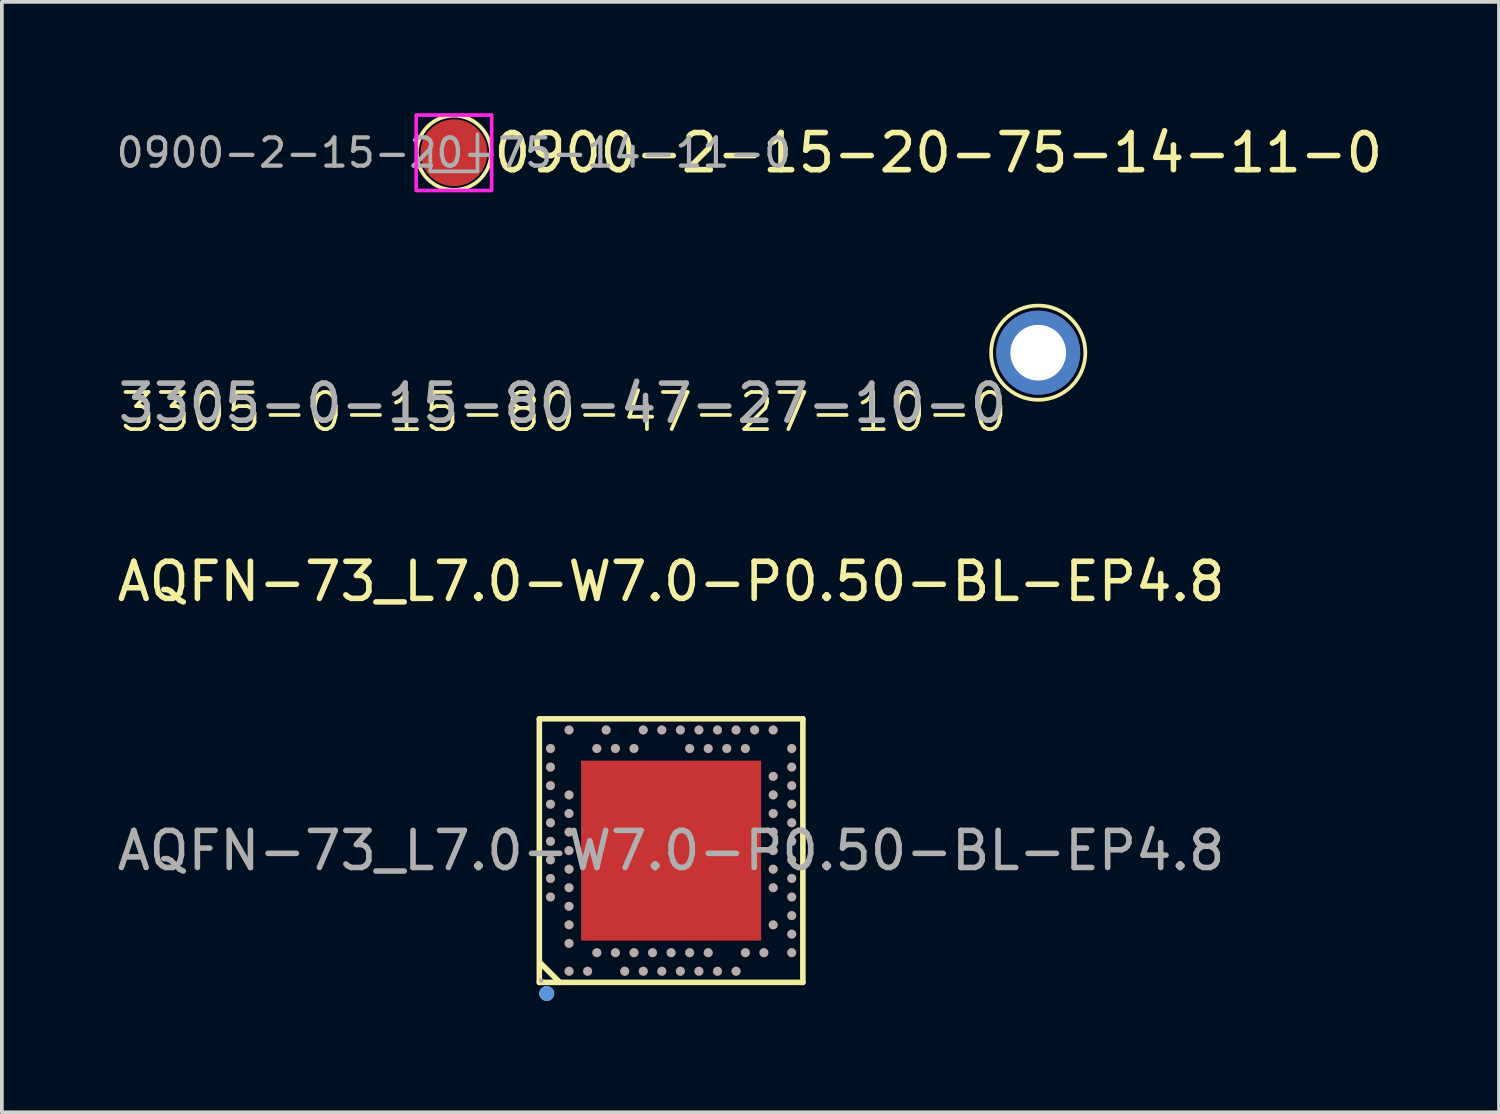
<source format=kicad_pcb>
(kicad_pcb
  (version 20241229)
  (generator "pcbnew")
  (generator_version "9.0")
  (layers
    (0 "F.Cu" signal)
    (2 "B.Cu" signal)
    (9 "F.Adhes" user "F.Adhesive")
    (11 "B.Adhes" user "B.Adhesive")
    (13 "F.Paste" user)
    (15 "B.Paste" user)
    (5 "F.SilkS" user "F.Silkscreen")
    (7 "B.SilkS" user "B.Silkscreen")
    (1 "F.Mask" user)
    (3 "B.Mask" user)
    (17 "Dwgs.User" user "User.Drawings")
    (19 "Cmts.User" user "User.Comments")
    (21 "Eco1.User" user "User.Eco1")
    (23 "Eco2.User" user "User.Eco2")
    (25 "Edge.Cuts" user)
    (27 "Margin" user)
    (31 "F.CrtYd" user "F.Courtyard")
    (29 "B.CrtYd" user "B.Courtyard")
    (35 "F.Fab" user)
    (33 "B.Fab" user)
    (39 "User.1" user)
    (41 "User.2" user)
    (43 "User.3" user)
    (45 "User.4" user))
  (footprint "0900-2-15-20-75-14-11-0"
    (layer "F.Cu")
    (at 9.179 1.066)
    (property "Reference" "0900-2-15-20-75-14-11-0" (at 1 0 0) (layer "F.SilkS") (effects (font (size 1 1) (thickness 0.15)) (justify left)))
    (attr smd allow_missing_courtyard)
    (fp_circle (center 0 0) (end 1 0) (stroke (width 0.1) (type default)) (fill no) (layer "F.SilkS"))
    (fp_rect (start -1.016 -1.016) (end 1.016 1.016) (stroke (width 0.1) (type default)) (fill no) (layer "F.CrtYd"))
    (fp_line (start -0.635 0.5) (end -0.635 -0.182) (stroke (width 0.1) (type solid)) (layer "F.Fab"))
    (fp_line (start 0.635 -0.5) (end 0.635 0.5) (stroke (width 0.1) (type solid)) (layer "F.Fab"))
    (fp_line (start 0.635 0.5) (end -0.635 0.5) (stroke (width 0.1) (type solid)) (layer "F.Fab"))
    (fp_text user "${REFERENCE}" (at 0 0 180) (layer "F.Fab") (effects (font (size 0.76 0.76) (thickness 0.114))))
    (pad "1" smd circle (at 0 0) (size 1.8 1.8) (layers "F.Cu" "F.Mask" "F.Paste")))
  (footprint "AQFN-73_L7.0-W7.0-P0.50-BL-EP4.8"
    (layer "F.Cu")
    (at 15.03 19.866)
    (property "Reference" "AQFN-73_L7.0-W7.0-P0.50-BL-EP4.8" (at 0 -7.25 0) (layer "F.SilkS") (effects (font (size 1 1) (thickness 0.15))))
    (attr smd)
    (fp_line (start -3.55 -3.55) (end -3.55 3.55) (stroke (width 0.15) (type solid)) (layer "F.SilkS"))
    (fp_line (start -3.55 3.55) (end 3.55 3.55) (stroke (width 0.15) (type solid)) (layer "F.SilkS"))
    (fp_line (start -3.5 3.05) (end -3 3.55) (stroke (width 0.15) (type solid)) (layer "F.SilkS"))
    (fp_line (start -3 3.55) (end -2.99 3.55) (stroke (width 0.15) (type solid)) (layer "F.SilkS"))
    (fp_line (start 3.55 -3.55) (end -3.55 -3.55) (stroke (width 0.15) (type solid)) (layer "F.SilkS"))
    (fp_line (start 3.55 3.55) (end 3.55 -3.55) (stroke (width 0.15) (type solid)) (layer "F.SilkS"))
    (fp_circle (center -3.35 3.85) (end -3.25 3.85) (stroke (width 0.2) (type solid)) (fill no) (layer "F.SilkS"))
    (fp_circle (center -3.35 3.85) (end -3.25 3.85) (stroke (width 0.2) (type solid)) (fill no) (layer "Cmts.User"))
    (fp_circle (center -3.5 3.5) (end -3.47 3.5) (stroke (width 0.06) (type solid)) (fill no) (layer "F.Fab"))
    (fp_circle (center -3.25 -2.75) (end -3.19 -2.75) (stroke (width 0.12) (type solid)) (fill no) (layer "F.Fab"))
    (fp_circle (center -3.25 -2.25) (end -3.19 -2.25) (stroke (width 0.12) (type solid)) (fill no) (layer "F.Fab"))
    (fp_circle (center -3.25 -1.75) (end -3.19 -1.75) (stroke (width 0.12) (type solid)) (fill no) (layer "F.Fab"))
    (fp_circle (center -3.25 -1.25) (end -3.19 -1.25) (stroke (width 0.12) (type solid)) (fill no) (layer "F.Fab"))
    (fp_circle (center -3.25 -0.75) (end -3.19 -0.75) (stroke (width 0.12) (type solid)) (fill no) (layer "F.Fab"))
    (fp_circle (center -3.25 -0.25) (end -3.19 -0.25) (stroke (width 0.12) (type solid)) (fill no) (layer "F.Fab"))
    (fp_circle (center -3.25 0.25) (end -3.19 0.25) (stroke (width 0.12) (type solid)) (fill no) (layer "F.Fab"))
    (fp_circle (center -3.25 0.75) (end -3.19 0.75) (stroke (width 0.12) (type solid)) (fill no) (layer "F.Fab"))
    (fp_circle (center -3.25 1.25) (end -3.19 1.25) (stroke (width 0.12) (type solid)) (fill no) (layer "F.Fab"))
    (fp_circle (center -2.75 -3.25) (end -2.69 -3.25) (stroke (width 0.12) (type solid)) (fill no) (layer "F.Fab"))
    (fp_circle (center -2.75 -1.5) (end -2.69 -1.5) (stroke (width 0.12) (type solid)) (fill no) (layer "F.Fab"))
    (fp_circle (center -2.75 -1) (end -2.69 -1) (stroke (width 0.12) (type solid)) (fill no) (layer "F.Fab"))
    (fp_circle (center -2.75 -0.5) (end -2.69 -0.5) (stroke (width 0.12) (type solid)) (fill no) (layer "F.Fab"))
    (fp_circle (center -2.75 0) (end -2.69 0) (stroke (width 0.12) (type solid)) (fill no) (layer "F.Fab"))
    (fp_circle (center -2.75 0.5) (end -2.69 0.5) (stroke (width 0.12) (type solid)) (fill no) (layer "F.Fab"))
    (fp_circle (center -2.75 1) (end -2.69 1) (stroke (width 0.12) (type solid)) (fill no) (layer "F.Fab"))
    (fp_circle (center -2.75 1.5) (end -2.69 1.5) (stroke (width 0.12) (type solid)) (fill no) (layer "F.Fab"))
    (fp_circle (center -2.75 2) (end -2.69 2) (stroke (width 0.12) (type solid)) (fill no) (layer "F.Fab"))
    (fp_circle (center -2.75 2.5) (end -2.69 2.5) (stroke (width 0.12) (type solid)) (fill no) (layer "F.Fab"))
    (fp_circle (center -2.75 3.25) (end -2.69 3.25) (stroke (width 0.12) (type solid)) (fill no) (layer "F.Fab"))
    (fp_circle (center -2.25 3.25) (end -2.19 3.25) (stroke (width 0.12) (type solid)) (fill no) (layer "F.Fab"))
    (fp_circle (center -2 -2.75) (end -1.94 -2.75) (stroke (width 0.12) (type solid)) (fill no) (layer "F.Fab"))
    (fp_circle (center -2 2.75) (end -1.94 2.75) (stroke (width 0.12) (type solid)) (fill no) (layer "F.Fab"))
    (fp_circle (center -1.75 -3.25) (end -1.69 -3.25) (stroke (width 0.12) (type solid)) (fill no) (layer "F.Fab"))
    (fp_circle (center -1.5 -2.75) (end -1.44 -2.75) (stroke (width 0.12) (type solid)) (fill no) (layer "F.Fab"))
    (fp_circle (center -1.5 2.75) (end -1.44 2.75) (stroke (width 0.12) (type solid)) (fill no) (layer "F.Fab"))
    (fp_circle (center -1.25 3.25) (end -1.19 3.25) (stroke (width 0.12) (type solid)) (fill no) (layer "F.Fab"))
    (fp_circle (center -1 -2.75) (end -0.94 -2.75) (stroke (width 0.12) (type solid)) (fill no) (layer "F.Fab"))
    (fp_circle (center -1 2.75) (end -0.94 2.75) (stroke (width 0.12) (type solid)) (fill no) (layer "F.Fab"))
    (fp_circle (center -0.75 -3.25) (end -0.69 -3.25) (stroke (width 0.12) (type solid)) (fill no) (layer "F.Fab"))
    (fp_circle (center -0.75 3.25) (end -0.69 3.25) (stroke (width 0.12) (type solid)) (fill no) (layer "F.Fab"))
    (fp_circle (center -0.5 2.75) (end -0.44 2.75) (stroke (width 0.12) (type solid)) (fill no) (layer "F.Fab"))
    (fp_circle (center -0.25 -3.25) (end -0.19 -3.25) (stroke (width 0.12) (type solid)) (fill no) (layer "F.Fab"))
    (fp_circle (center -0.25 3.25) (end -0.19 3.25) (stroke (width 0.12) (type solid)) (fill no) (layer "F.Fab"))
    (fp_circle (center 0 2.75) (end 0.06 2.75) (stroke (width 0.12) (type solid)) (fill no) (layer "F.Fab"))
    (fp_circle (center 0.25 -3.25) (end 0.31 -3.25) (stroke (width 0.12) (type solid)) (fill no) (layer "F.Fab"))
    (fp_circle (center 0.25 3.25) (end 0.31 3.25) (stroke (width 0.12) (type solid)) (fill no) (layer "F.Fab"))
    (fp_circle (center 0.5 -2.75) (end 0.56 -2.75) (stroke (width 0.12) (type solid)) (fill no) (layer "F.Fab"))
    (fp_circle (center 0.5 2.75) (end 0.56 2.75) (stroke (width 0.12) (type solid)) (fill no) (layer "F.Fab"))
    (fp_circle (center 0.75 -3.25) (end 0.81 -3.25) (stroke (width 0.12) (type solid)) (fill no) (layer "F.Fab"))
    (fp_circle (center 0.75 3.25) (end 0.81 3.25) (stroke (width 0.12) (type solid)) (fill no) (layer "F.Fab"))
    (fp_circle (center 1 -2.75) (end 1.06 -2.75) (stroke (width 0.12) (type solid)) (fill no) (layer "F.Fab"))
    (fp_circle (center 1 2.75) (end 1.06 2.75) (stroke (width 0.12) (type solid)) (fill no) (layer "F.Fab"))
    (fp_circle (center 1.25 -3.25) (end 1.31 -3.25) (stroke (width 0.12) (type solid)) (fill no) (layer "F.Fab"))
    (fp_circle (center 1.25 3.25) (end 1.31 3.25) (stroke (width 0.12) (type solid)) (fill no) (layer "F.Fab"))
    (fp_circle (center 1.5 -2.75) (end 1.56 -2.75) (stroke (width 0.12) (type solid)) (fill no) (layer "F.Fab"))
    (fp_circle (center 1.75 -3.25) (end 1.81 -3.25) (stroke (width 0.12) (type solid)) (fill no) (layer "F.Fab"))
    (fp_circle (center 1.75 3.25) (end 1.81 3.25) (stroke (width 0.12) (type solid)) (fill no) (layer "F.Fab"))
    (fp_circle (center 2 -2.75) (end 2.06 -2.75) (stroke (width 0.12) (type solid)) (fill no) (layer "F.Fab"))
    (fp_circle (center 2 2.75) (end 2.06 2.75) (stroke (width 0.12) (type solid)) (fill no) (layer "F.Fab"))
    (fp_circle (center 2.25 -3.25) (end 2.31 -3.25) (stroke (width 0.12) (type solid)) (fill no) (layer "F.Fab"))
    (fp_circle (center 2.5 2.75) (end 2.56 2.75) (stroke (width 0.12) (type solid)) (fill no) (layer "F.Fab"))
    (fp_circle (center 2.75 -3.25) (end 2.81 -3.25) (stroke (width 0.12) (type solid)) (fill no) (layer "F.Fab"))
    (fp_circle (center 2.75 -2) (end 2.81 -2) (stroke (width 0.12) (type solid)) (fill no) (layer "F.Fab"))
    (fp_circle (center 2.75 -1.5) (end 2.81 -1.5) (stroke (width 0.12) (type solid)) (fill no) (layer "F.Fab"))
    (fp_circle (center 2.75 -1) (end 2.81 -1) (stroke (width 0.12) (type solid)) (fill no) (layer "F.Fab"))
    (fp_circle (center 2.75 -0.5) (end 2.81 -0.5) (stroke (width 0.12) (type solid)) (fill no) (layer "F.Fab"))
    (fp_circle (center 2.75 0) (end 2.81 0) (stroke (width 0.12) (type solid)) (fill no) (layer "F.Fab"))
    (fp_circle (center 2.75 0.5) (end 2.81 0.5) (stroke (width 0.12) (type solid)) (fill no) (layer "F.Fab"))
    (fp_circle (center 2.75 1) (end 2.81 1) (stroke (width 0.12) (type solid)) (fill no) (layer "F.Fab"))
    (fp_circle (center 2.75 2) (end 2.81 2) (stroke (width 0.12) (type solid)) (fill no) (layer "F.Fab"))
    (fp_circle (center 3.25 -2.75) (end 3.31 -2.75) (stroke (width 0.12) (type solid)) (fill no) (layer "F.Fab"))
    (fp_circle (center 3.25 -2.25) (end 3.31 -2.25) (stroke (width 0.12) (type solid)) (fill no) (layer "F.Fab"))
    (fp_circle (center 3.25 -1.75) (end 3.31 -1.75) (stroke (width 0.12) (type solid)) (fill no) (layer "F.Fab"))
    (fp_circle (center 3.25 -1.25) (end 3.31 -1.25) (stroke (width 0.12) (type solid)) (fill no) (layer "F.Fab"))
    (fp_circle (center 3.25 -0.75) (end 3.31 -0.75) (stroke (width 0.12) (type solid)) (fill no) (layer "F.Fab"))
    (fp_circle (center 3.25 -0.25) (end 3.31 -0.25) (stroke (width 0.12) (type solid)) (fill no) (layer "F.Fab"))
    (fp_circle (center 3.25 0.25) (end 3.31 0.25) (stroke (width 0.12) (type solid)) (fill no) (layer "F.Fab"))
    (fp_circle (center 3.25 0.75) (end 3.31 0.75) (stroke (width 0.12) (type solid)) (fill no) (layer "F.Fab"))
    (fp_circle (center 3.25 1.25) (end 3.31 1.25) (stroke (width 0.12) (type solid)) (fill no) (layer "F.Fab"))
    (fp_circle (center 3.25 1.75) (end 3.31 1.75) (stroke (width 0.12) (type solid)) (fill no) (layer "F.Fab"))
    (fp_circle (center 3.25 2.25) (end 3.31 2.25) (stroke (width 0.12) (type solid)) (fill no) (layer "F.Fab"))
    (fp_circle (center 3.25 2.75) (end 3.31 2.75) (stroke (width 0.12) (type solid)) (fill no) (layer "F.Fab"))
    (fp_text user "${REFERENCE}" (at 0 0 0) (layer "F.Fab") (effects (font (size 1 1) (thickness 0.15))))
    (pad "0" smd rect (at 0 0 90) (size 4.85 4.85) (layers "F.Cu" "F.Mask" "F.Paste"))
    (pad "A8" smd circle (at -3.25 1.25 90) (size 0.25 0.25) (layers "F.Cu" "F.Mask" "F.Paste"))
    (pad "A10" smd circle (at -3.25 0.75 90) (size 0.25 0.25) (layers "F.Cu" "F.Mask" "F.Paste"))
    (pad "A12" smd circle (at -3.25 0.25 90) (size 0.25 0.25) (layers "F.Cu" "F.Mask" "F.Paste"))
    (pad "A14" smd circle (at -3.25 -0.25 90) (size 0.25 0.25) (layers "F.Cu" "F.Mask" "F.Paste"))
    (pad "A16" smd circle (at -3.25 -0.75 90) (size 0.25 0.25) (layers "F.Cu" "F.Mask" "F.Paste"))
    (pad "A18" smd circle (at -3.25 -1.25 90) (size 0.25 0.25) (layers "F.Cu" "F.Mask" "F.Paste"))
    (pad "A20" smd circle (at -3.25 -1.75 90) (size 0.25 0.25) (layers "F.Cu" "F.Mask" "F.Paste"))
    (pad "A22" smd circle (at -3.25 -2.25 90) (size 0.25 0.25) (layers "F.Cu" "F.Mask" "F.Paste"))
    (pad "A23" smd circle (at -3.25 -2.75 90) (size 0.25 0.25) (layers "F.Cu" "F.Mask" "F.Paste"))
    (pad "AA24" smd circle (at 2.25 -3.25 90) (size 0.25 0.25) (layers "F.Cu" "F.Mask" "F.Paste"))
    (pad "AB2" smd circle (at 2.5 2.75 90) (size 0.25 0.25) (layers "F.Cu" "F.Mask" "F.Paste"))
    (pad "AC5" smd circle (at 2.75 2 90) (size 0.25 0.25) (layers "F.Cu" "F.Mask" "F.Paste"))
    (pad "AC9" smd circle (at 2.75 1 90) (size 0.25 0.25) (layers "F.Cu" "F.Mask" "F.Paste"))
    (pad "AC11" smd circle (at 2.75 0.5 90) (size 0.25 0.25) (layers "F.Cu" "F.Mask" "F.Paste"))
    (pad "AC13" smd circle (at 2.75 0 90) (size 0.25 0.25) (layers "F.Cu" "F.Mask" "F.Paste"))
    (pad "AC15" smd circle (at 2.75 -0.5 90) (size 0.25 0.25) (layers "F.Cu" "F.Mask" "F.Paste"))
    (pad "AC17" smd circle (at 2.75 -1 90) (size 0.25 0.25) (layers "F.Cu" "F.Mask" "F.Paste"))
    (pad "AC19" smd circle (at 2.75 -1.5 90) (size 0.25 0.25) (layers "F.Cu" "F.Mask" "F.Paste"))
    (pad "AC21" smd circle (at 2.75 -2 90) (size 0.25 0.25) (layers "F.Cu" "F.Mask" "F.Paste"))
    (pad "AC24" smd circle (at 2.75 -3.25 90) (size 0.25 0.25) (layers "F.Cu" "F.Mask" "F.Paste"))
    (pad "AD2" smd circle (at 3.25 2.75 90) (size 0.25 0.25) (layers "F.Cu" "F.Mask" "F.Paste"))
    (pad "AD4" smd circle (at 3.25 2.25 90) (size 0.25 0.25) (layers "F.Cu" "F.Mask" "F.Paste"))
    (pad "AD6" smd circle (at 3.25 1.75 90) (size 0.25 0.25) (layers "F.Cu" "F.Mask" "F.Paste"))
    (pad "AD8" smd circle (at 3.25 1.25 90) (size 0.25 0.25) (layers "F.Cu" "F.Mask" "F.Paste"))
    (pad "AD10" smd circle (at 3.25 0.75 90) (size 0.25 0.25) (layers "F.Cu" "F.Mask" "F.Paste"))
    (pad "AD12" smd circle (at 3.25 0.25 90) (size 0.25 0.25) (layers "F.Cu" "F.Mask" "F.Paste"))
    (pad "AD14" smd circle (at 3.25 -0.25 90) (size 0.25 0.25) (layers "F.Cu" "F.Mask" "F.Paste"))
    (pad "AD16" smd circle (at 3.25 -0.75 90) (size 0.25 0.25) (layers "F.Cu" "F.Mask" "F.Paste"))
    (pad "AD18" smd circle (at 3.25 -1.25 90) (size 0.25 0.25) (layers "F.Cu" "F.Mask" "F.Paste"))
    (pad "AD20" smd circle (at 3.25 -1.75 90) (size 0.25 0.25) (layers "F.Cu" "F.Mask" "F.Paste"))
    (pad "AD22" smd circle (at 3.25 -2.25 90) (size 0.25 0.25) (layers "F.Cu" "F.Mask" "F.Paste"))
    (pad "AD23" smd circle (at 3.25 -2.75 90) (size 0.25 0.25) (layers "F.Cu" "F.Mask" "F.Paste"))
    (pad "B1" smd circle (at -2.75 3.25 90) (size 0.25 0.25) (layers "F.Cu" "F.Mask" "F.Paste"))
    (pad "B3" smd circle (at -2.75 2.5 90) (size 0.25 0.25) (layers "F.Cu" "F.Mask" "F.Paste"))
    (pad "B5" smd circle (at -2.75 2 90) (size 0.25 0.25) (layers "F.Cu" "F.Mask" "F.Paste"))
    (pad "B7" smd circle (at -2.75 1.5 90) (size 0.25 0.25) (layers "F.Cu" "F.Mask" "F.Paste"))
    (pad "B9" smd circle (at -2.75 1 90) (size 0.25 0.25) (layers "F.Cu" "F.Mask" "F.Paste"))
    (pad "B11" smd circle (at -2.75 0.5 90) (size 0.25 0.25) (layers "F.Cu" "F.Mask" "F.Paste"))
    (pad "B13" smd circle (at -2.75 0 90) (size 0.25 0.25) (layers "F.Cu" "F.Mask" "F.Paste"))
    (pad "B15" smd circle (at -2.75 -0.5 90) (size 0.25 0.25) (layers "F.Cu" "F.Mask" "F.Paste"))
    (pad "B17" smd circle (at -2.75 -1 90) (size 0.25 0.25) (layers "F.Cu" "F.Mask" "F.Paste"))
    (pad "B19" smd circle (at -2.75 -1.5 90) (size 0.25 0.25) (layers "F.Cu" "F.Mask" "F.Paste"))
    (pad "B24" smd circle (at -2.75 -3.25 90) (size 0.25 0.25) (layers "F.Cu" "F.Mask" "F.Paste"))
    (pad "C1" smd circle (at -2.25 3.25 90) (size 0.25 0.25) (layers "F.Cu" "F.Mask" "F.Paste"))
    (pad "D2" smd circle (at -2 2.75 90) (size 0.25 0.25) (layers "F.Cu" "F.Mask" "F.Paste"))
    (pad "D23" smd circle (at -2 -2.75 90) (size 0.25 0.25) (layers "F.Cu" "F.Mask" "F.Paste"))
    (pad "E24" smd circle (at -1.75 -3.25 90) (size 0.25 0.25) (layers "F.Cu" "F.Mask" "F.Paste"))
    (pad "F2" smd circle (at -1.5 2.75 90) (size 0.25 0.25) (layers "F.Cu" "F.Mask" "F.Paste"))
    (pad "F23" smd circle (at -1.5 -2.75 90) (size 0.25 0.25) (layers "F.Cu" "F.Mask" "F.Paste"))
    (pad "G1" smd circle (at -1.25 3.25 90) (size 0.25 0.25) (layers "F.Cu" "F.Mask" "F.Paste"))
    (pad "H2" smd circle (at -1 2.75 90) (size 0.25 0.25) (layers "F.Cu" "F.Mask" "F.Paste"))
    (pad "H23" smd circle (at -1 -2.75 90) (size 0.25 0.25) (layers "F.Cu" "F.Mask" "F.Paste"))
    (pad "J1" smd circle (at -0.75 3.25 90) (size 0.25 0.25) (layers "F.Cu" "F.Mask" "F.Paste"))
    (pad "J24" smd circle (at -0.75 -3.25 90) (size 0.25 0.25) (layers "F.Cu" "F.Mask" "F.Paste"))
    (pad "K2" smd circle (at -0.5 2.75 90) (size 0.25 0.25) (layers "F.Cu" "F.Mask" "F.Paste"))
    (pad "L1" smd circle (at -0.25 3.25 90) (size 0.25 0.25) (layers "F.Cu" "F.Mask" "F.Paste"))
    (pad "L24" smd circle (at -0.25 -3.25 90) (size 0.25 0.25) (layers "F.Cu" "F.Mask" "F.Paste"))
    (pad "M2" smd circle (at 0 2.75 90) (size 0.25 0.25) (layers "F.Cu" "F.Mask" "F.Paste"))
    (pad "N1" smd circle (at 0.25 3.25 90) (size 0.25 0.25) (layers "F.Cu" "F.Mask" "F.Paste"))
    (pad "N24" smd circle (at 0.25 -3.25 90) (size 0.25 0.25) (layers "F.Cu" "F.Mask" "F.Paste"))
    (pad "P2" smd circle (at 0.5 2.75 90) (size 0.25 0.25) (layers "F.Cu" "F.Mask" "F.Paste"))
    (pad "P23" smd circle (at 0.5 -2.75 90) (size 0.25 0.25) (layers "F.Cu" "F.Mask" "F.Paste"))
    (pad "R1" smd circle (at 0.75 3.25 90) (size 0.25 0.25) (layers "F.Cu" "F.Mask" "F.Paste"))
    (pad "R24" smd circle (at 0.75 -3.25 90) (size 0.25 0.25) (layers "F.Cu" "F.Mask" "F.Paste"))
    (pad "T2" smd circle (at 1 2.75 90) (size 0.25 0.25) (layers "F.Cu" "F.Mask" "F.Paste"))
    (pad "T23" smd circle (at 1 -2.75 90) (size 0.25 0.25) (layers "F.Cu" "F.Mask" "F.Paste"))
    (pad "U1" smd circle (at 1.25 3.25 90) (size 0.25 0.25) (layers "F.Cu" "F.Mask" "F.Paste"))
    (pad "U24" smd circle (at 1.25 -3.25 90) (size 0.25 0.25) (layers "F.Cu" "F.Mask" "F.Paste"))
    (pad "V23" smd circle (at 1.5 -2.75 90) (size 0.25 0.25) (layers "F.Cu" "F.Mask" "F.Paste"))
    (pad "W1" smd circle (at 1.75 3.25 90) (size 0.25 0.25) (layers "F.Cu" "F.Mask" "F.Paste"))
    (pad "W24" smd circle (at 1.75 -3.25 90) (size 0.25 0.25) (layers "F.Cu" "F.Mask" "F.Paste"))
    (pad "Y2" smd circle (at 2 2.75 90) (size 0.25 0.25) (layers "F.Cu" "F.Mask" "F.Paste"))
    (pad "Y23" smd circle (at 2 -2.75 90) (size 0.25 0.25) (layers "F.Cu" "F.Mask" "F.Paste")))
  (footprint "3305-0-15-80-47-27-10-0"
    (layer "F.Cu")
    (at 24.921 6.452)
    (property "Reference" "3305-0-15-80-47-27-10-0" (at -0.762 1.016 0) (unlocked yes) (layer "F.SilkS") (effects (font (size 1 1) (thickness 0.1)) (justify right top)))
    (attr through_hole allow_missing_courtyard)
    (fp_circle (center 0 0) (end 1.27 0) (stroke (width 0.1) (type default)) (fill no) (layer "F.SilkS"))
    (fp_text user "${REFERENCE}" (at -0.767 0.779 0) (unlocked yes) (layer "F.Fab") (effects (font (size 1 1) (thickness 0.15)) (justify right top)))
    (pad "1" thru_hole circle (at 0 0) (size 2.262 2.262) (drill 1.5) (layers "*.Cu" "*.Mask")))
  (gr_rect
    (start -3 -3)
    (end 37.334 26.916)
    (stroke (width 0.1) (type default))
    (fill no)
    (layer "Edge.Cuts")))
</source>
